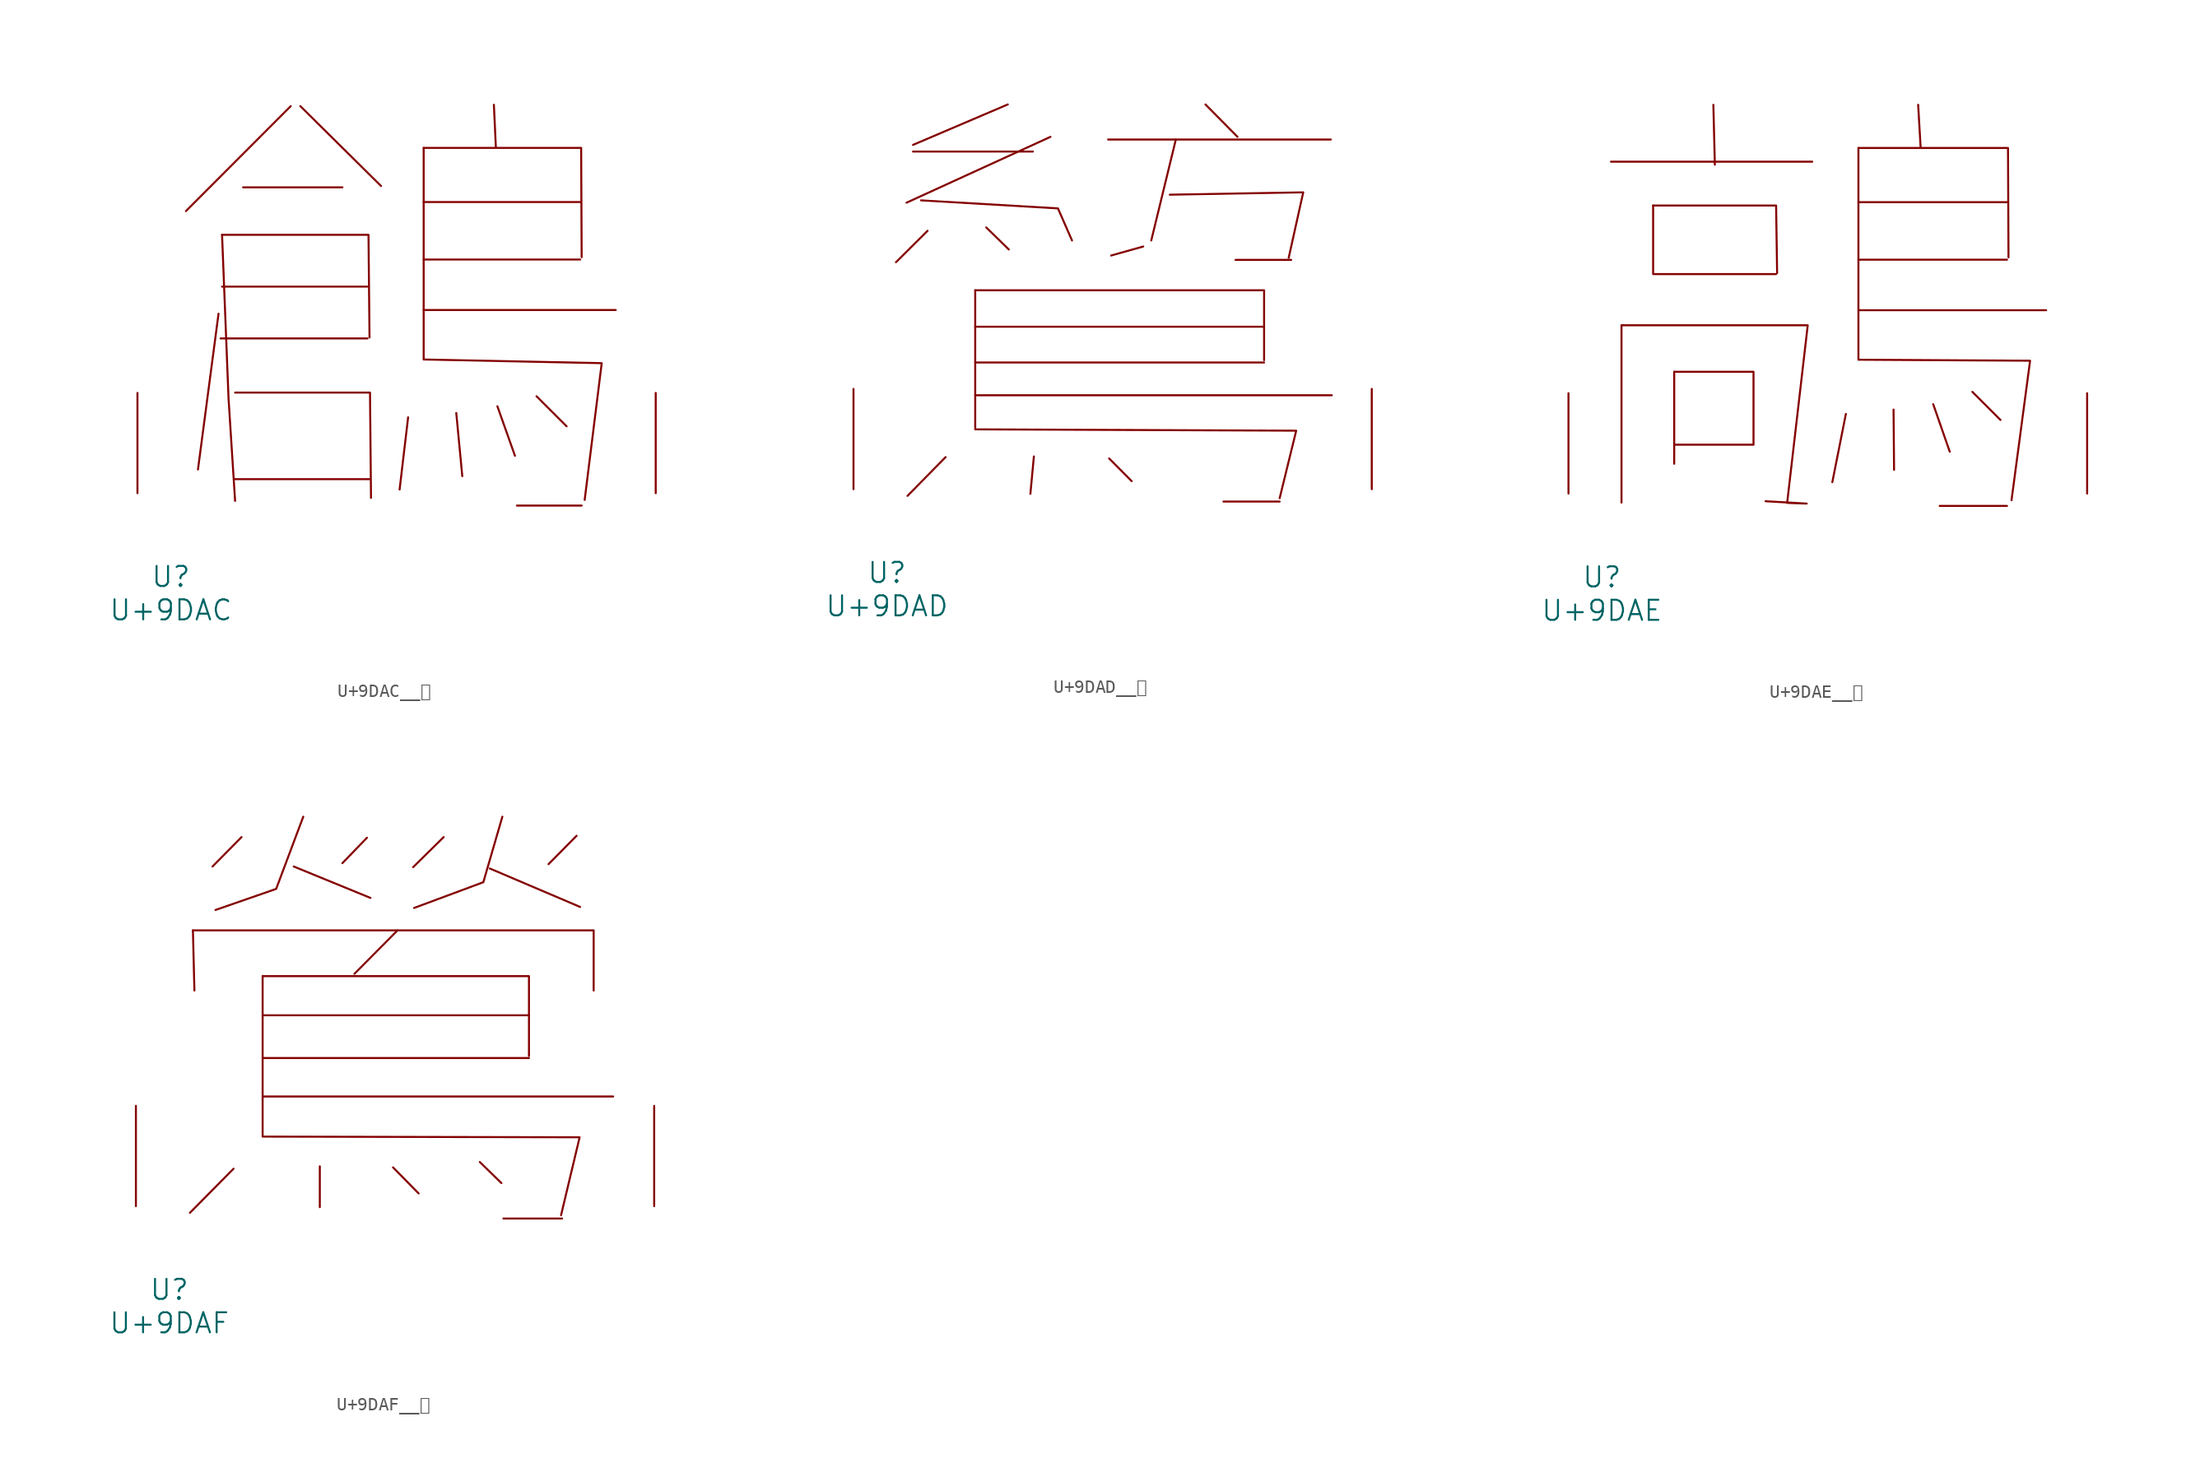
<source format=kicad_sym>
(kicad_symbol_lib
  (version 20231120)
  (generator "kicad_symbol_editor")
  (generator_version "8.0")
  (symbol "U+9DAC__鶬"
    (pin_names
      (offset 1.016))
    (property "Reference" "U"
      (at 0 -6.35 0)
      (effects (font (size 1.524 1.524))))
    (property "Value" "U+9DAC"
      (at 0 -8.89 0)
      (effects (font (size 1.524 1.524))))
    (symbol "U+9DAC__鶬_0_1"
      (polyline (pts (xy 3.619 13.64) (xy 2.057 1.803)) (stroke (width 0) (type solid)) (fill (type none)))
      (polyline (pts (xy 3.772 11.76) (xy 14.935 11.76)) (stroke (width 0) (type solid)) (fill (type none)))
      (polyline (pts (xy 3.886 15.697) (xy 14.935 15.697)) (stroke (width 0) (type solid)) (fill (type none)))
      (polyline (pts (xy 4.877 1.067) (xy 15.088 1.067)) (stroke (width 0) (type solid)) (fill (type none)))
      (polyline (pts (xy 5.486 23.241) (xy 13.03 23.241)) (stroke (width 0) (type solid)) (fill (type none)))
      (polyline (pts (xy 9.106 29.413) (xy 1.143 21.438)) (stroke (width 0) (type solid)) (fill (type none)))
      (polyline (pts (xy 9.83 29.413) (xy 15.964 23.343)) (stroke (width 0) (type solid)) (fill (type none)))
      (polyline (pts (xy 18.021 5.766) (xy 17.374 0.279)) (stroke (width 0) (type solid)) (fill (type none)))
      (polyline (pts (xy 19.202 13.919) (xy 33.795 13.919)) (stroke (width 0) (type solid)) (fill (type none)))
      (polyline (pts (xy 19.202 17.755) (xy 31.09 17.755)) (stroke (width 0) (type solid)) (fill (type none)))
      (polyline (pts (xy 19.202 22.123) (xy 31.09 22.123)) (stroke (width 0) (type solid)) (fill (type none)))
      (polyline (pts (xy 21.679 6.096) (xy 22.136 1.295)) (stroke (width 0) (type solid)) (fill (type none)))
      (polyline (pts (xy 24.536 29.515) (xy 24.689 26.238)) (stroke (width 0) (type solid)) (fill (type none)))
      (polyline (pts (xy 24.803 6.604) (xy 26.137 2.845)) (stroke (width 0) (type solid)) (fill (type none)))
      (polyline (pts (xy 26.289 -0.94) (xy 31.204 -0.94)) (stroke (width 0) (type solid)) (fill (type none)))
      (polyline (pts (xy 27.775 7.366) (xy 30.061 5.08)) (stroke (width 0) (type solid)) (fill (type none)))
      (polyline (pts (xy 3.886 19.634) (xy 4.381 7.163) (xy 4.877 -0.584)) (stroke (width 0) (type solid)) (fill (type none)))
      (polyline (pts (xy 3.886 19.634) (xy 15.011 19.634) (xy 15.088 11.836)) (stroke (width 0) (type solid)) (fill (type none)))
      (polyline (pts (xy 4.877 7.645) (xy 15.126 7.645) (xy 15.202 -0.356)) (stroke (width 0) (type solid)) (fill (type none)))
      (polyline (pts (xy 19.202 26.238) (xy 31.166 26.238) (xy 31.204 17.932)) (stroke (width 0) (type solid)) (fill (type none)))
      (polyline (pts (xy 19.202 26.238) (xy 19.202 10.16) (xy 32.728 9.881) (xy 31.433 -0.508)) (stroke (width 0) (type solid)) (fill (type none)))
      (pin input line (at -2.54 0 90) (length 7.62) (name "~" (effects (font (size 1.27 1.27)))) (number "~" (effects (font (size 1.27 1.27)))))
      (pin input line (at 36.83 0 90) (length 7.62) (name "~" (effects (font (size 1.27 1.27)))) (number "~" (effects (font (size 1.27 1.27)))))))
  (symbol "U+9DAD__鶭"
    (pin_names
      (offset 1.016))
    (property "Reference" "U"
      (at 0 -6.35 0)
      (effects (font (size 1.524 1.524))))
    (property "Value" "U+9DAD"
      (at 0 -8.89 0)
      (effects (font (size 1.524 1.524))))
    (symbol "U+9DAD__鶭_0_1"
      (polyline (pts (xy 1.981 25.654) (xy 11.087 25.654)) (stroke (width 0) (type solid)) (fill (type none)))
      (polyline (pts (xy 3.086 19.634) (xy 0.686 17.247)) (stroke (width 0) (type solid)) (fill (type none)))
      (polyline (pts (xy 4.458 2.438) (xy 1.562 -0.508)) (stroke (width 0) (type solid)) (fill (type none)))
      (polyline (pts (xy 6.706 7.137) (xy 33.795 7.137)) (stroke (width 0) (type solid)) (fill (type none)))
      (polyline (pts (xy 6.706 9.627) (xy 28.651 9.627)) (stroke (width 0) (type solid)) (fill (type none)))
      (polyline (pts (xy 6.706 12.344) (xy 28.651 12.344)) (stroke (width 0) (type solid)) (fill (type none)))
      (polyline (pts (xy 7.544 19.888) (xy 9.258 18.212)) (stroke (width 0) (type solid)) (fill (type none)))
      (polyline (pts (xy 9.182 29.235) (xy 1.981 26.162)) (stroke (width 0) (type solid)) (fill (type none)))
      (polyline (pts (xy 11.163 2.489) (xy 10.897 -0.356)) (stroke (width 0) (type solid)) (fill (type none)))
      (polyline (pts (xy 12.421 26.772) (xy 1.486 21.768)) (stroke (width 0) (type solid)) (fill (type none)))
      (polyline (pts (xy 16.802 26.568) (xy 33.718 26.568)) (stroke (width 0) (type solid)) (fill (type none)))
      (polyline (pts (xy 16.878 2.337) (xy 18.593 0.61)) (stroke (width 0) (type solid)) (fill (type none)))
      (polyline (pts (xy 19.469 18.44) (xy 17.031 17.755)) (stroke (width 0) (type solid)) (fill (type none)))
      (polyline (pts (xy 21.946 26.568) (xy 20.079 18.898)) (stroke (width 0) (type solid)) (fill (type none)))
      (polyline (pts (xy 24.194 29.235) (xy 26.632 26.772)) (stroke (width 0) (type solid)) (fill (type none)))
      (polyline (pts (xy 25.565 -0.94) (xy 29.832 -0.94)) (stroke (width 0) (type solid)) (fill (type none)))
      (polyline (pts (xy 26.48 17.424) (xy 30.709 17.424)) (stroke (width 0) (type solid)) (fill (type none)))
      (polyline (pts (xy 2.591 21.946) (xy 12.992 21.336) (xy 14.059 18.898)) (stroke (width 0) (type solid)) (fill (type none)))
      (polyline (pts (xy 6.706 15.113) (xy 28.651 15.113) (xy 28.651 9.804)) (stroke (width 0) (type solid)) (fill (type none)))
      (polyline (pts (xy 21.488 22.377) (xy 31.623 22.555) (xy 30.518 17.577)) (stroke (width 0) (type solid)) (fill (type none)))
      (polyline (pts (xy 6.706 15.113) (xy 6.706 4.547) (xy 31.09 4.445) (xy 29.832 -0.686)) (stroke (width 0) (type solid)) (fill (type none)))
      (pin input line (at -2.54 0 90) (length 7.62) (name "~" (effects (font (size 1.27 1.27)))) (number "~" (effects (font (size 1.27 1.27)))))
      (pin input line (at 36.83 0 90) (length 7.62) (name "~" (effects (font (size 1.27 1.27)))) (number "~" (effects (font (size 1.27 1.27)))))))
  (symbol "U+9DAE__鶮"
    (pin_names
      (offset 1.016))
    (property "Reference" "U"
      (at 0 -6.35 0)
      (effects (font (size 1.524 1.524))))
    (property "Value" "U+9DAE"
      (at 0 -8.89 0)
      (effects (font (size 1.524 1.524))))
    (symbol "U+9DAE__鶮_0_1"
      (polyline (pts (xy 0.686 25.197) (xy 15.964 25.197)) (stroke (width 0) (type solid)) (fill (type none)))
      (polyline (pts (xy 1.486 12.776) (xy 1.486 -0.686)) (stroke (width 0) (type solid)) (fill (type none)))
      (polyline (pts (xy 3.886 16.662) (xy 13.221 16.662)) (stroke (width 0) (type solid)) (fill (type none)))
      (polyline (pts (xy 3.886 21.869) (xy 3.886 16.739)) (stroke (width 0) (type solid)) (fill (type none)))
      (polyline (pts (xy 5.486 3.708) (xy 11.506 3.708)) (stroke (width 0) (type solid)) (fill (type none)))
      (polyline (pts (xy 5.486 9.246) (xy 5.486 2.261)) (stroke (width 0) (type solid)) (fill (type none)))
      (polyline (pts (xy 8.458 29.515) (xy 8.572 24.968)) (stroke (width 0) (type solid)) (fill (type none)))
      (polyline (pts (xy 18.517 6.045) (xy 17.488 0.864)) (stroke (width 0) (type solid)) (fill (type none)))
      (polyline (pts (xy 19.469 13.919) (xy 33.718 13.919)) (stroke (width 0) (type solid)) (fill (type none)))
      (polyline (pts (xy 19.469 17.755) (xy 30.747 17.755)) (stroke (width 0) (type solid)) (fill (type none)))
      (polyline (pts (xy 19.469 22.123) (xy 30.747 22.123)) (stroke (width 0) (type solid)) (fill (type none)))
      (polyline (pts (xy 22.136 6.375) (xy 22.174 1.803)) (stroke (width 0) (type solid)) (fill (type none)))
      (polyline (pts (xy 24.003 29.515) (xy 24.194 26.238)) (stroke (width 0) (type solid)) (fill (type none)))
      (polyline (pts (xy 25.146 6.782) (xy 26.403 3.175)) (stroke (width 0) (type solid)) (fill (type none)))
      (polyline (pts (xy 25.641 -0.94) (xy 30.747 -0.94)) (stroke (width 0) (type solid)) (fill (type none)))
      (polyline (pts (xy 28.118 7.722) (xy 30.251 5.588)) (stroke (width 0) (type solid)) (fill (type none)))
      (polyline (pts (xy 3.886 21.869) (xy 13.221 21.869) (xy 13.297 16.739)) (stroke (width 0) (type solid)) (fill (type none)))
      (polyline (pts (xy 5.486 9.246) (xy 11.506 9.246) (xy 11.506 3.759)) (stroke (width 0) (type solid)) (fill (type none)))
      (polyline (pts (xy 19.469 26.238) (xy 30.823 26.238) (xy 30.861 17.932)) (stroke (width 0) (type solid)) (fill (type none)))
      (polyline (pts (xy 19.469 26.238) (xy 19.469 10.16) (xy 32.499 10.084) (xy 31.09 -0.508)) (stroke (width 0) (type solid)) (fill (type none)))
      (polyline (pts (xy 1.486 12.776) (xy 15.621 12.776) (xy 14.059 -0.711) (xy 15.545 -0.762) (xy 12.421 -0.584)) (stroke (width 0) (type solid)) (fill (type none)))
      (pin input line (at -2.54 0 90) (length 7.62) (name "~" (effects (font (size 1.27 1.27)))) (number "~" (effects (font (size 1.27 1.27)))))
      (pin input line (at 36.83 0 90) (length 7.62) (name "~" (effects (font (size 1.27 1.27)))) (number "~" (effects (font (size 1.27 1.27)))))))
  (symbol "U+9DAF__鶯"
    (pin_names
      (offset 1.016))
    (property "Reference" "U"
      (at 0 -6.35 0)
      (effects (font (size 1.524 1.524))))
    (property "Value" "U+9DAF"
      (at 0 -8.89 0)
      (effects (font (size 1.524 1.524))))
    (symbol "U+9DAF__鶯_0_1"
      (polyline (pts (xy 1.791 20.955) (xy 1.905 16.383)) (stroke (width 0) (type solid)) (fill (type none)))
      (polyline (pts (xy 4.877 2.845) (xy 1.562 -0.508)) (stroke (width 0) (type solid)) (fill (type none)))
      (polyline (pts (xy 5.486 28.042) (xy 3.277 25.806)) (stroke (width 0) (type solid)) (fill (type none)))
      (polyline (pts (xy 7.087 8.331) (xy 33.718 8.331)) (stroke (width 0) (type solid)) (fill (type none)))
      (polyline (pts (xy 7.087 11.252) (xy 27.318 11.252)) (stroke (width 0) (type solid)) (fill (type none)))
      (polyline (pts (xy 7.087 14.503) (xy 27.318 14.503)) (stroke (width 0) (type solid)) (fill (type none)))
      (polyline (pts (xy 9.449 25.806) (xy 15.278 23.419)) (stroke (width 0) (type solid)) (fill (type none)))
      (polyline (pts (xy 11.43 3.023) (xy 11.43 -0.076)) (stroke (width 0) (type solid)) (fill (type none)))
      (polyline (pts (xy 15.011 27.991) (xy 13.145 26.06)) (stroke (width 0) (type solid)) (fill (type none)))
      (polyline (pts (xy 16.993 2.946) (xy 18.936 0.965)) (stroke (width 0) (type solid)) (fill (type none)))
      (polyline (pts (xy 17.335 20.955) (xy 14.059 17.653)) (stroke (width 0) (type solid)) (fill (type none)))
      (polyline (pts (xy 20.841 28.042) (xy 18.517 25.756)) (stroke (width 0) (type solid)) (fill (type none)))
      (polyline (pts (xy 23.584 3.353) (xy 25.222 1.753)) (stroke (width 0) (type solid)) (fill (type none)))
      (polyline (pts (xy 24.346 25.654) (xy 31.204 22.733)) (stroke (width 0) (type solid)) (fill (type none)))
      (polyline (pts (xy 25.375 -0.94) (xy 29.832 -0.94)) (stroke (width 0) (type solid)) (fill (type none)))
      (polyline (pts (xy 30.937 28.143) (xy 28.804 25.984)) (stroke (width 0) (type solid)) (fill (type none)))
      (polyline (pts (xy 1.791 20.955) (xy 32.233 20.955) (xy 32.233 16.383)) (stroke (width 0) (type solid)) (fill (type none)))
      (polyline (pts (xy 7.087 17.475) (xy 27.318 17.475) (xy 27.318 11.405)) (stroke (width 0) (type solid)) (fill (type none)))
      (polyline (pts (xy 10.173 29.591) (xy 8.115 24.105) (xy 3.505 22.504)) (stroke (width 0) (type solid)) (fill (type none)))
      (polyline (pts (xy 25.298 29.591) (xy 23.851 24.613) (xy 18.593 22.657)) (stroke (width 0) (type solid)) (fill (type none)))
      (polyline (pts (xy 7.087 17.475) (xy 7.087 5.283) (xy 31.166 5.232) (xy 29.756 -0.686)) (stroke (width 0) (type solid)) (fill (type none)))
      (pin input line (at -2.54 0 90) (length 7.62) (name "~" (effects (font (size 1.27 1.27)))) (number "~" (effects (font (size 1.27 1.27)))))
      (pin input line (at 36.83 0 90) (length 7.62) (name "~" (effects (font (size 1.27 1.27)))) (number "~" (effects (font (size 1.27 1.27))))))))
</source>
